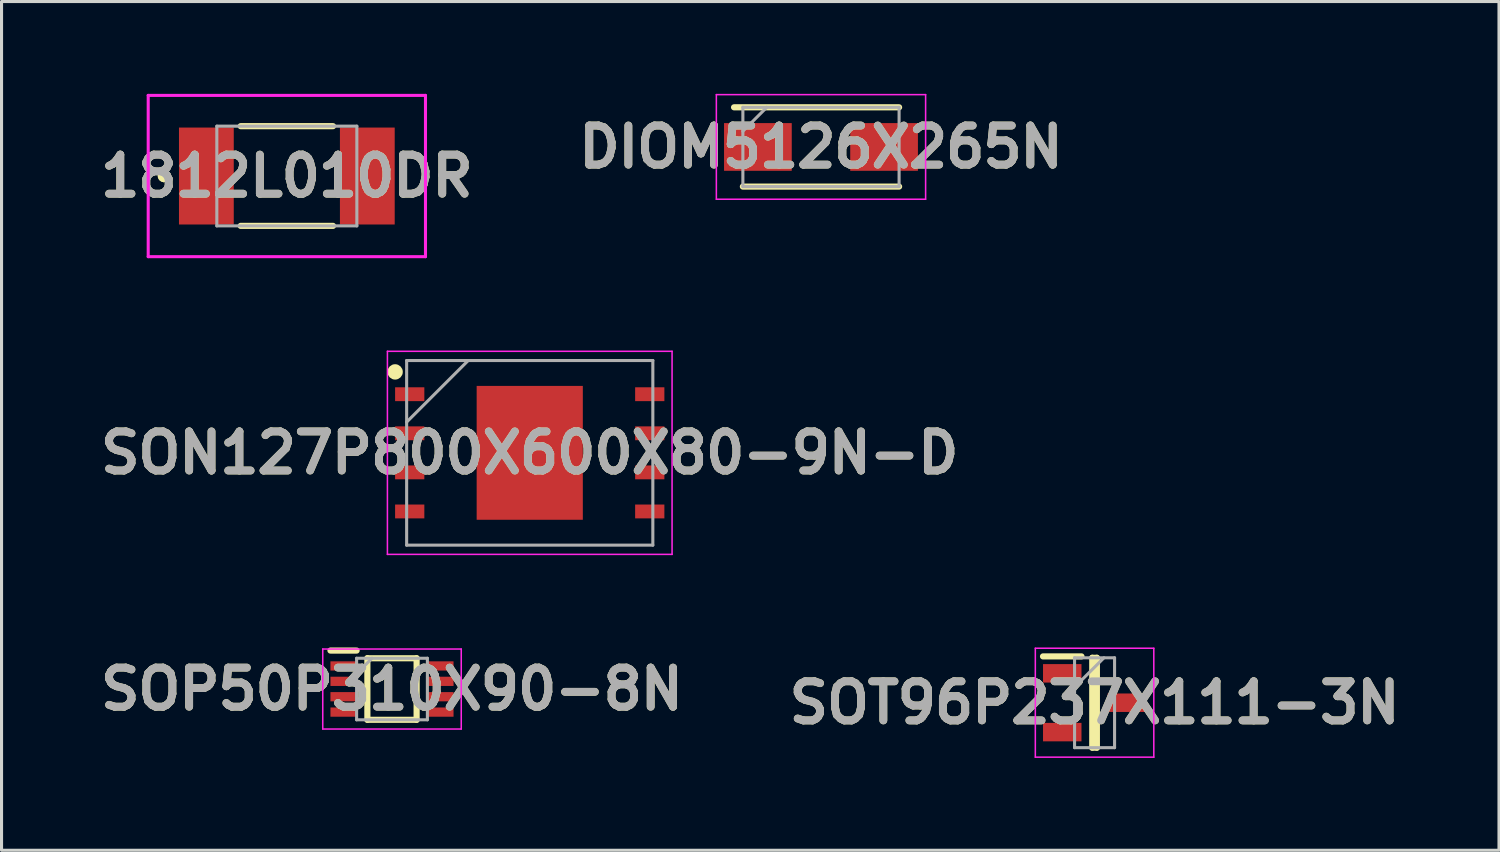
<source format=kicad_pcb>
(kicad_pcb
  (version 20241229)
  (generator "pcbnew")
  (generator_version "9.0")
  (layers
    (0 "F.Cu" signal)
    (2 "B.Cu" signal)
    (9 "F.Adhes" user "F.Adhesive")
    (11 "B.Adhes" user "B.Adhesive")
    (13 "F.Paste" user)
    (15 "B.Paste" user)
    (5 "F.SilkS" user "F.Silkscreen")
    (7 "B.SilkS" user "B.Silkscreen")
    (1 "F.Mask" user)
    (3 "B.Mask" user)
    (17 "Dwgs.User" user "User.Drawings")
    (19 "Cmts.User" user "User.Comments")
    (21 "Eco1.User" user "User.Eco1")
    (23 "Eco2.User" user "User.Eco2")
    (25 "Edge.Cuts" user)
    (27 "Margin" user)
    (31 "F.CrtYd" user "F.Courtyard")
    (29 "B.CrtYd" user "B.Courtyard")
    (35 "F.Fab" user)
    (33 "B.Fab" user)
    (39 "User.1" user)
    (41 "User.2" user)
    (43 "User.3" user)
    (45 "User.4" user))
  (footprint "SOP50P310X90-8N"
    (layer "F.Cu")
    (at 9.688 19.34)
    (property "Reference" "SOP50P310X90-8N" (at 0 0 0) (layer "F.SilkS") (effects (font (size 1.27 1.27) (thickness 0.254))))
    (attr smd)
    (fp_line (start -2 -1.25) (end -1.15 -1.25) (stroke (width 0.2) (type solid)) (layer "F.SilkS"))
    (fp_line (start -0.8 -1) (end 0.8 -1) (stroke (width 0.2) (type solid)) (layer "F.SilkS"))
    (fp_line (start -0.8 1) (end -0.8 -1) (stroke (width 0.2) (type solid)) (layer "F.SilkS"))
    (fp_line (start 0.8 -1) (end 0.8 1) (stroke (width 0.2) (type solid)) (layer "F.SilkS"))
    (fp_line (start 0.8 1) (end -0.8 1) (stroke (width 0.2) (type solid)) (layer "F.SilkS"))
    (fp_line (start -2.25 -1.3) (end 2.25 -1.3) (stroke (width 0.05) (type solid)) (layer "F.CrtYd"))
    (fp_line (start -2.25 1.3) (end -2.25 -1.3) (stroke (width 0.05) (type solid)) (layer "F.CrtYd"))
    (fp_line (start 2.25 -1.3) (end 2.25 1.3) (stroke (width 0.05) (type solid)) (layer "F.CrtYd"))
    (fp_line (start 2.25 1.3) (end -2.25 1.3) (stroke (width 0.05) (type solid)) (layer "F.CrtYd"))
    (fp_line (start -1.15 -1) (end 1.15 -1) (stroke (width 0.1) (type solid)) (layer "F.Fab"))
    (fp_line (start -1.15 -0.5) (end -0.65 -1) (stroke (width 0.1) (type solid)) (layer "F.Fab"))
    (fp_line (start -1.15 1) (end -1.15 -1) (stroke (width 0.1) (type solid)) (layer "F.Fab"))
    (fp_line (start 1.15 -1) (end 1.15 1) (stroke (width 0.1) (type solid)) (layer "F.Fab"))
    (fp_line (start 1.15 1) (end -1.15 1) (stroke (width 0.1) (type solid)) (layer "F.Fab"))
    (fp_text user "${REFERENCE}" (at 0 0 0) (layer "F.Fab") (effects (font (size 1.27 1.27) (thickness 0.254))))
    (pad "1" smd rect (at -1.575 -0.75 90) (size 0.3 0.85) (layers "F.Cu" "F.Mask" "F.Paste"))
    (pad "2" smd rect (at -1.575 -0.25 90) (size 0.3 0.85) (layers "F.Cu" "F.Mask" "F.Paste"))
    (pad "3" smd rect (at -1.575 0.25 90) (size 0.3 0.85) (layers "F.Cu" "F.Mask" "F.Paste"))
    (pad "4" smd rect (at -1.575 0.75 90) (size 0.3 0.85) (layers "F.Cu" "F.Mask" "F.Paste"))
    (pad "5" smd rect (at 1.575 0.75 90) (size 0.3 0.85) (layers "F.Cu" "F.Mask" "F.Paste"))
    (pad "6" smd rect (at 1.575 0.25 90) (size 0.3 0.85) (layers "F.Cu" "F.Mask" "F.Paste"))
    (pad "7" smd rect (at 1.575 -0.25 90) (size 0.3 0.85) (layers "F.Cu" "F.Mask" "F.Paste"))
    (pad "8" smd rect (at 1.575 -0.75 90) (size 0.3 0.85) (layers "F.Cu" "F.Mask" "F.Paste")))
  (footprint "SOT96P237X111-3N"
    (layer "F.Cu")
    (at 32.518 19.785)
    (property "Reference" "SOT96P237X111-3N" (at 0 0 0) (layer "F.SilkS") (effects (font (size 1.27 1.27) (thickness 0.254))))
    (attr smd)
    (fp_line (start -1.675 -1.505) (end -0.425 -1.505) (stroke (width 0.2) (type solid)) (layer "F.SilkS"))
    (fp_line (start -0.075 -1.46) (end 0.075 -1.46) (stroke (width 0.2) (type solid)) (layer "F.SilkS"))
    (fp_line (start -0.075 1.46) (end -0.075 -1.46) (stroke (width 0.2) (type solid)) (layer "F.SilkS"))
    (fp_line (start 0.075 -1.46) (end 0.075 1.46) (stroke (width 0.2) (type solid)) (layer "F.SilkS"))
    (fp_line (start 0.075 1.46) (end -0.075 1.46) (stroke (width 0.2) (type solid)) (layer "F.SilkS"))
    (fp_line (start -1.925 -1.77) (end 1.925 -1.77) (stroke (width 0.05) (type solid)) (layer "F.CrtYd"))
    (fp_line (start -1.925 1.77) (end -1.925 -1.77) (stroke (width 0.05) (type solid)) (layer "F.CrtYd"))
    (fp_line (start 1.925 -1.77) (end 1.925 1.77) (stroke (width 0.05) (type solid)) (layer "F.CrtYd"))
    (fp_line (start 1.925 1.77) (end -1.925 1.77) (stroke (width 0.05) (type solid)) (layer "F.CrtYd"))
    (fp_line (start -0.65 -1.46) (end 0.65 -1.46) (stroke (width 0.1) (type solid)) (layer "F.Fab"))
    (fp_line (start -0.65 -0.505) (end 0.305 -1.46) (stroke (width 0.1) (type solid)) (layer "F.Fab"))
    (fp_line (start -0.65 1.46) (end -0.65 -1.46) (stroke (width 0.1) (type solid)) (layer "F.Fab"))
    (fp_line (start 0.65 -1.46) (end 0.65 1.46) (stroke (width 0.1) (type solid)) (layer "F.Fab"))
    (fp_line (start 0.65 1.46) (end -0.65 1.46) (stroke (width 0.1) (type solid)) (layer "F.Fab"))
    (fp_text user "${REFERENCE}" (at 0 0 0) (layer "F.Fab") (effects (font (size 1.27 1.27) (thickness 0.254))))
    (pad "1" smd rect (at -1.05 -0.955 90) (size 0.6 1.25) (layers "F.Cu" "F.Mask" "F.Paste"))
    (pad "2" smd rect (at -1.05 0.955 90) (size 0.6 1.25) (layers "F.Cu" "F.Mask" "F.Paste"))
    (pad "3" smd rect (at 1.05 0 90) (size 0.6 1.25) (layers "F.Cu" "F.Mask" "F.Paste")))
  (footprint "DIOM5126X265N"
    (layer "F.Cu")
    (at 23.628 1.725)
    (property "Reference" "DIOM5126X265N" (at 0 0 0) (layer "F.SilkS") (effects (font (size 1.27 1.27) (thickness 0.254))))
    (attr smd)
    (fp_line (start -2.538 1.288) (end 2.538 1.288) (stroke (width 0.2) (type solid)) (layer "F.SilkS"))
    (fp_line (start 2.538 -1.288) (end -2.825 -1.288) (stroke (width 0.2) (type solid)) (layer "F.SilkS"))
    (fp_line (start -3.4 -1.7) (end 3.4 -1.7) (stroke (width 0.05) (type solid)) (layer "F.CrtYd"))
    (fp_line (start -3.4 1.7) (end -3.4 -1.7) (stroke (width 0.05) (type solid)) (layer "F.CrtYd"))
    (fp_line (start 3.4 -1.7) (end 3.4 1.7) (stroke (width 0.05) (type solid)) (layer "F.CrtYd"))
    (fp_line (start 3.4 1.7) (end -3.4 1.7) (stroke (width 0.05) (type solid)) (layer "F.CrtYd"))
    (fp_line (start -2.538 -1.288) (end 2.538 -1.288) (stroke (width 0.1) (type solid)) (layer "F.Fab"))
    (fp_line (start -2.538 -0.512) (end -1.762 -1.288) (stroke (width 0.1) (type solid)) (layer "F.Fab"))
    (fp_line (start -2.538 1.288) (end -2.538 -1.288) (stroke (width 0.1) (type solid)) (layer "F.Fab"))
    (fp_line (start 2.538 -1.288) (end 2.538 1.288) (stroke (width 0.1) (type solid)) (layer "F.Fab"))
    (fp_line (start 2.538 1.288) (end -2.538 1.288) (stroke (width 0.1) (type solid)) (layer "F.Fab"))
    (fp_text user "${REFERENCE}" (at 0 0 0) (layer "F.Fab") (effects (font (size 1.27 1.27) (thickness 0.254))))
    (pad "1" smd rect (at -2.05 0 90) (size 1.55 2.2) (layers "F.Cu" "F.Mask" "F.Paste"))
    (pad "2" smd rect (at 2.05 0 90) (size 1.55 2.2) (layers "F.Cu" "F.Mask" "F.Paste")))
  (footprint "1812L010DR"
    (layer "F.Cu")
    (at 6.271 2.67)
    (property "Reference" "1812L010DR" (at 0 0 0) (layer "F.SilkS") (effects (font (size 1.27 1.27) (thickness 0.254))))
    (attr smd)
    (fp_line (start -4 -0.1) (end -4 -0.1) (stroke (width 0.2) (type solid)) (layer "F.SilkS"))
    (fp_line (start -4 0.1) (end -4 0.1) (stroke (width 0.2) (type solid)) (layer "F.SilkS"))
    (fp_line (start -1.5 -1.62) (end 1.5 -1.62) (stroke (width 0.2) (type solid)) (layer "F.SilkS"))
    (fp_line (start -1.5 1.62) (end 1.5 1.62) (stroke (width 0.2) (type solid)) (layer "F.SilkS"))
    (fp_arc (start -4 -0.1) (mid -3.9 0) (end -4 0.1) (stroke (width 0.2) (type solid)) (layer "F.SilkS"))
    (fp_arc (start -4 0.1) (mid -4.1 0) (end -4 -0.1) (stroke (width 0.2) (type solid)) (layer "F.SilkS"))
    (fp_line (start -4.505 -2.62) (end 4.505 -2.62) (stroke (width 0.1) (type solid)) (layer "F.CrtYd"))
    (fp_line (start -4.505 2.62) (end -4.505 -2.62) (stroke (width 0.1) (type solid)) (layer "F.CrtYd"))
    (fp_line (start 4.505 -2.62) (end 4.505 2.62) (stroke (width 0.1) (type solid)) (layer "F.CrtYd"))
    (fp_line (start 4.505 2.62) (end -4.505 2.62) (stroke (width 0.1) (type solid)) (layer "F.CrtYd"))
    (fp_line (start -2.275 -1.62) (end 2.275 -1.62) (stroke (width 0.1) (type solid)) (layer "F.Fab"))
    (fp_line (start -2.275 1.62) (end -2.275 -1.62) (stroke (width 0.1) (type solid)) (layer "F.Fab"))
    (fp_line (start 2.275 -1.62) (end 2.275 1.62) (stroke (width 0.1) (type solid)) (layer "F.Fab"))
    (fp_line (start 2.275 1.62) (end -2.275 1.62) (stroke (width 0.1) (type solid)) (layer "F.Fab"))
    (fp_text user "${REFERENCE}" (at 0 0 0) (layer "F.Fab") (effects (font (size 1.27 1.27) (thickness 0.254))))
    (pad "1" smd rect (at -2.615 0) (size 1.78 3.15) (layers "F.Cu" "F.Mask" "F.Paste"))
    (pad "2" smd rect (at 2.615 0) (size 1.78 3.15) (layers "F.Cu" "F.Mask" "F.Paste")))
  (footprint "SON127P800X600X80-9N-D"
    (layer "F.Cu")
    (at 14.164 11.665)
    (property "Reference" "SON127P800X600X80-9N-D" (at 0 0 0) (layer "F.SilkS") (effects (font (size 1.27 1.27) (thickness 0.254))))
    (attr smd)
    (fp_circle (center -4.375 -2.63) (end -4.375 -2.505) (stroke (width 0.25) (type solid)) (fill no) (layer "F.SilkS"))
    (fp_line (start -4.625 -3.3) (end 4.625 -3.3) (stroke (width 0.05) (type solid)) (layer "F.CrtYd"))
    (fp_line (start -4.625 3.3) (end -4.625 -3.3) (stroke (width 0.05) (type solid)) (layer "F.CrtYd"))
    (fp_line (start 4.625 -3.3) (end 4.625 3.3) (stroke (width 0.05) (type solid)) (layer "F.CrtYd"))
    (fp_line (start 4.625 3.3) (end -4.625 3.3) (stroke (width 0.05) (type solid)) (layer "F.CrtYd"))
    (fp_line (start -4 -3) (end 4 -3) (stroke (width 0.1) (type solid)) (layer "F.Fab"))
    (fp_line (start -4 -1) (end -2 -3) (stroke (width 0.1) (type solid)) (layer "F.Fab"))
    (fp_line (start -4 3) (end -4 -3) (stroke (width 0.1) (type solid)) (layer "F.Fab"))
    (fp_line (start 4 -3) (end 4 3) (stroke (width 0.1) (type solid)) (layer "F.Fab"))
    (fp_line (start 4 3) (end -4 3) (stroke (width 0.1) (type solid)) (layer "F.Fab"))
    (fp_text user "${REFERENCE}" (at 0 0 0) (layer "F.Fab") (effects (font (size 1.27 1.27) (thickness 0.254))))
    (pad "1" smd rect (at -3.9 -1.905 90) (size 0.45 0.95) (layers "F.Cu" "F.Mask" "F.Paste"))
    (pad "2" smd rect (at -3.9 -0.635 90) (size 0.45 0.95) (layers "F.Cu" "F.Mask" "F.Paste"))
    (pad "3" smd rect (at -3.9 0.635 90) (size 0.45 0.95) (layers "F.Cu" "F.Mask" "F.Paste"))
    (pad "4" smd rect (at -3.9 1.905 90) (size 0.45 0.95) (layers "F.Cu" "F.Mask" "F.Paste"))
    (pad "5" smd rect (at 3.9 1.905 90) (size 0.45 0.95) (layers "F.Cu" "F.Mask" "F.Paste"))
    (pad "6" smd rect (at 3.9 0.635 90) (size 0.45 0.95) (layers "F.Cu" "F.Mask" "F.Paste"))
    (pad "7" smd rect (at 3.9 -0.635 90) (size 0.45 0.95) (layers "F.Cu" "F.Mask" "F.Paste"))
    (pad "8" smd rect (at 3.9 -1.905 90) (size 0.45 0.95) (layers "F.Cu" "F.Mask" "F.Paste"))
    (pad "9" smd rect (at 0 0) (size 3.45 4.35) (layers "F.Cu" "F.Mask" "F.Paste")))
  (gr_rect
    (start -3 -3)
    (end 45.66 24.58)
    (stroke (width 0.1) (type default))
    (fill no)
    (layer "Edge.Cuts")))
</source>
